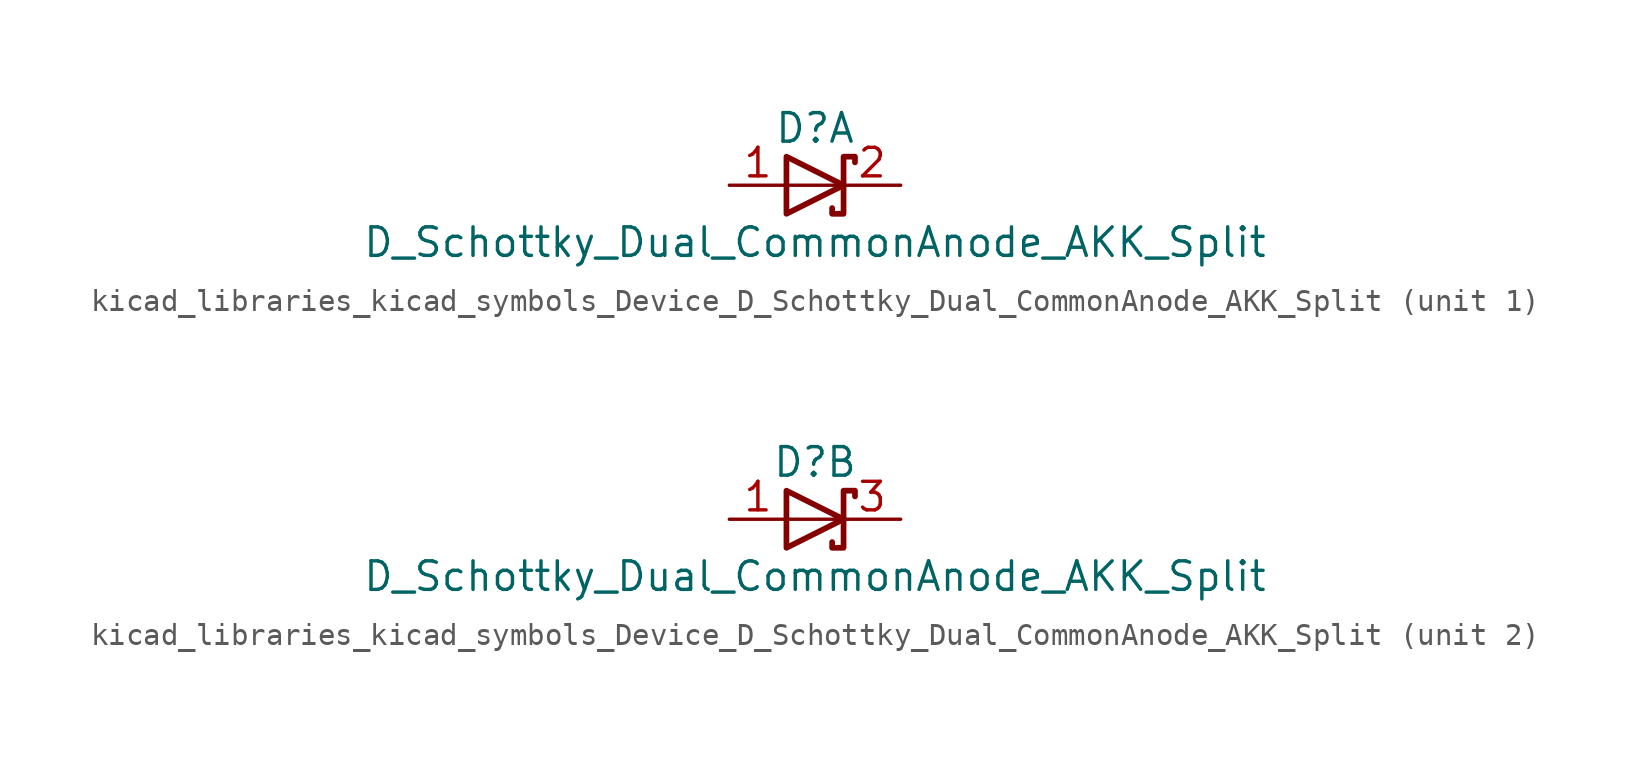
<source format=kicad_sym>
(kicad_symbol_lib
  (version 20220914)
  (generator kicad_symbol_editor)
  (symbol "kicad_libraries_kicad_symbols_Device_D_Schottky_Dual_CommonAnode_AKK_Split"
    (pin_names
      (offset 0.762) hide)
    (property "Reference" "D"
      (at 0 2.54 0)
      (effects (font (size 1.27 1.27))))
    (property "Value" "D_Schottky_Dual_CommonAnode_AKK_Split"
      (at 0 -2.54 0)
      (effects (font (size 1.27 1.27))))
    (property "ki_locked" ""
      (at 0 0 0)
      (effects (font (size 1.27 1.27))))
    (symbol "kicad_libraries_kicad_symbols_Device_D_Schottky_Dual_CommonAnode_AKK_Split_0_1"
      (polyline (pts (xy 1.27 0) (xy -1.27 0)) (stroke (width 0) (type default)) (fill (type none)))
      (polyline (pts (xy -1.27 1.27) (xy 1.27 0) (xy -1.27 -1.27) (xy -1.27 1.27) (xy -1.27 1.27) (xy -1.27 1.27)) (stroke (width 0.254) (type default)) (fill (type none)))
      (polyline (pts (xy 1.778 1.016) (xy 1.778 1.27) (xy 1.27 1.27) (xy 1.27 -1.27) (xy 0.762 -1.27) (xy 0.762 -1.016)) (stroke (width 0.254) (type default)) (fill (type none)))
      (pin passive line (at -3.81 0 0) (length 2.54) (name "A" (effects (font (size 1.27 1.27)))) (number "1" (effects (font (size 1.27 1.27))))))
    (symbol "kicad_libraries_kicad_symbols_Device_D_Schottky_Dual_CommonAnode_AKK_Split_1_1"
      (pin passive line (at 3.81 0 180) (length 2.54) (name "K" (effects (font (size 1.27 1.27)))) (number "2" (effects (font (size 1.27 1.27))))))
    (symbol "kicad_libraries_kicad_symbols_Device_D_Schottky_Dual_CommonAnode_AKK_Split_2_1"
      (pin passive line (at 3.81 0 180) (length 2.54) (name "K" (effects (font (size 1.27 1.27)))) (number "3" (effects (font (size 1.27 1.27))))))))
</source>
